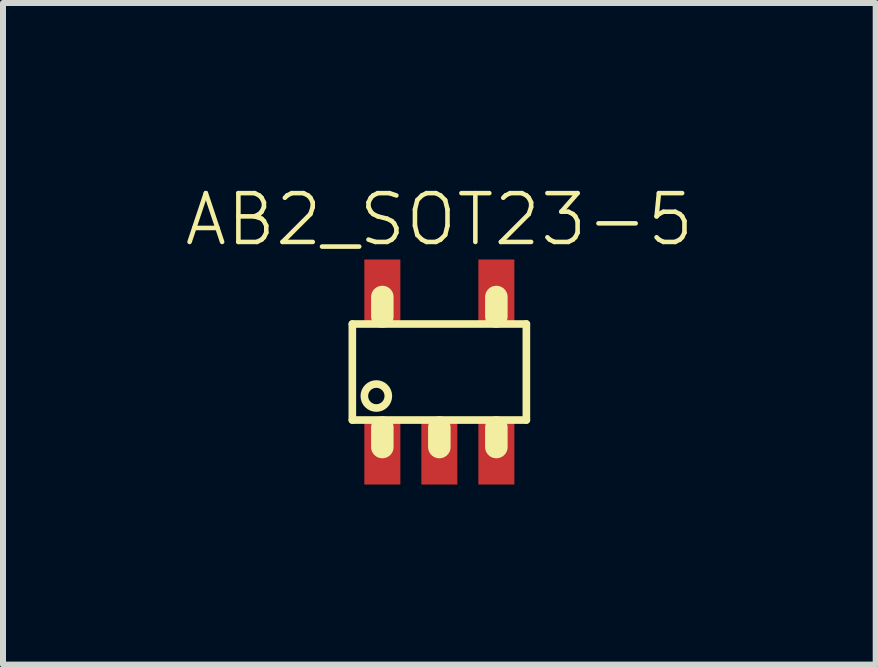
<source format=kicad_pcb>
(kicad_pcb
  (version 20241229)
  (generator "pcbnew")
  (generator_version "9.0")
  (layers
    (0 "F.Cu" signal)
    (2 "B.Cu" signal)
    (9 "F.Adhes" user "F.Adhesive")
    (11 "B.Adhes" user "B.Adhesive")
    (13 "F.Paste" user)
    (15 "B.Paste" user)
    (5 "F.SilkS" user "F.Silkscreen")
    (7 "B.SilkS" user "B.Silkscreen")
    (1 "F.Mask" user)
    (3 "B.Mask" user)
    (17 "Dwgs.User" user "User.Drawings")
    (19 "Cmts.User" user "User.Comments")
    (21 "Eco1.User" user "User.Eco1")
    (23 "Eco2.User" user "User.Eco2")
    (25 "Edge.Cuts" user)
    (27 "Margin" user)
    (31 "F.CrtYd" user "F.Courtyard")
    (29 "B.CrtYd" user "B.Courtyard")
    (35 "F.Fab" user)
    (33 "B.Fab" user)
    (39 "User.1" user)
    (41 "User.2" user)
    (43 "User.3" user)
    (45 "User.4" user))
  (footprint "AB2_SOT23-5"
    (layer "F.Cu")
    (at 4.271 3.149)
    (property "Reference" "AB2_SOT23-5" (at 0 -2.54 0) (layer "F.SilkS") (effects (font (size 0.813 0.813) (thickness 0.076))))
    (attr through_hole)
    (fp_line (start -1.45 -0.8) (end 1.45 -0.8) (stroke (width 0.127) (type solid)) (layer "F.SilkS"))
    (fp_line (start -1.45 0.8) (end -1.45 -0.8) (stroke (width 0.127) (type solid)) (layer "F.SilkS"))
    (fp_line (start -1.45 0.8) (end 1.45 0.8) (stroke (width 0.127) (type solid)) (layer "F.SilkS"))
    (fp_line (start -0.95 -1.25) (end -0.95 -0.925) (stroke (width 0.375) (type solid)) (layer "F.SilkS"))
    (fp_line (start -0.95 0.925) (end -0.95 1.25) (stroke (width 0.375) (type solid)) (layer "F.SilkS"))
    (fp_line (start 0 0.925) (end 0 1.25) (stroke (width 0.375) (type solid)) (layer "F.SilkS"))
    (fp_line (start 0.95 -1.25) (end 0.95 -0.925) (stroke (width 0.375) (type solid)) (layer "F.SilkS"))
    (fp_line (start 0.95 0.925) (end 0.95 1.25) (stroke (width 0.375) (type solid)) (layer "F.SilkS"))
    (fp_line (start 1.45 -0.8) (end 1.45 0.8) (stroke (width 0.127) (type solid)) (layer "F.SilkS"))
    (fp_circle (center -1.05 0.4) (end -0.85 0.4) (stroke (width 0.127) (type solid)) (fill no) (layer "F.SilkS"))
    (pad "1" smd rect (at -0.95 1.35) (size 0.6 1.05) (layers "F.Cu" "F.Mask" "F.Paste"))
    (pad "2" smd rect (at 0 1.35) (size 0.6 1.05) (layers "F.Cu" "F.Mask" "F.Paste"))
    (pad "3" smd rect (at 0.95 1.35) (size 0.6 1.05) (layers "F.Cu" "F.Mask" "F.Paste"))
    (pad "4" smd rect (at 0.95 -1.35) (size 0.6 1.05) (layers "F.Cu" "F.Mask" "F.Paste"))
    (pad "5" smd rect (at -0.95 -1.35) (size 0.6 1.05) (layers "F.Cu" "F.Mask" "F.Paste")))
  (gr_rect
    (start -3 -3)
    (end 11.542 8.024)
    (stroke (width 0.1) (type default))
    (fill no)
    (layer "Edge.Cuts")))
</source>
